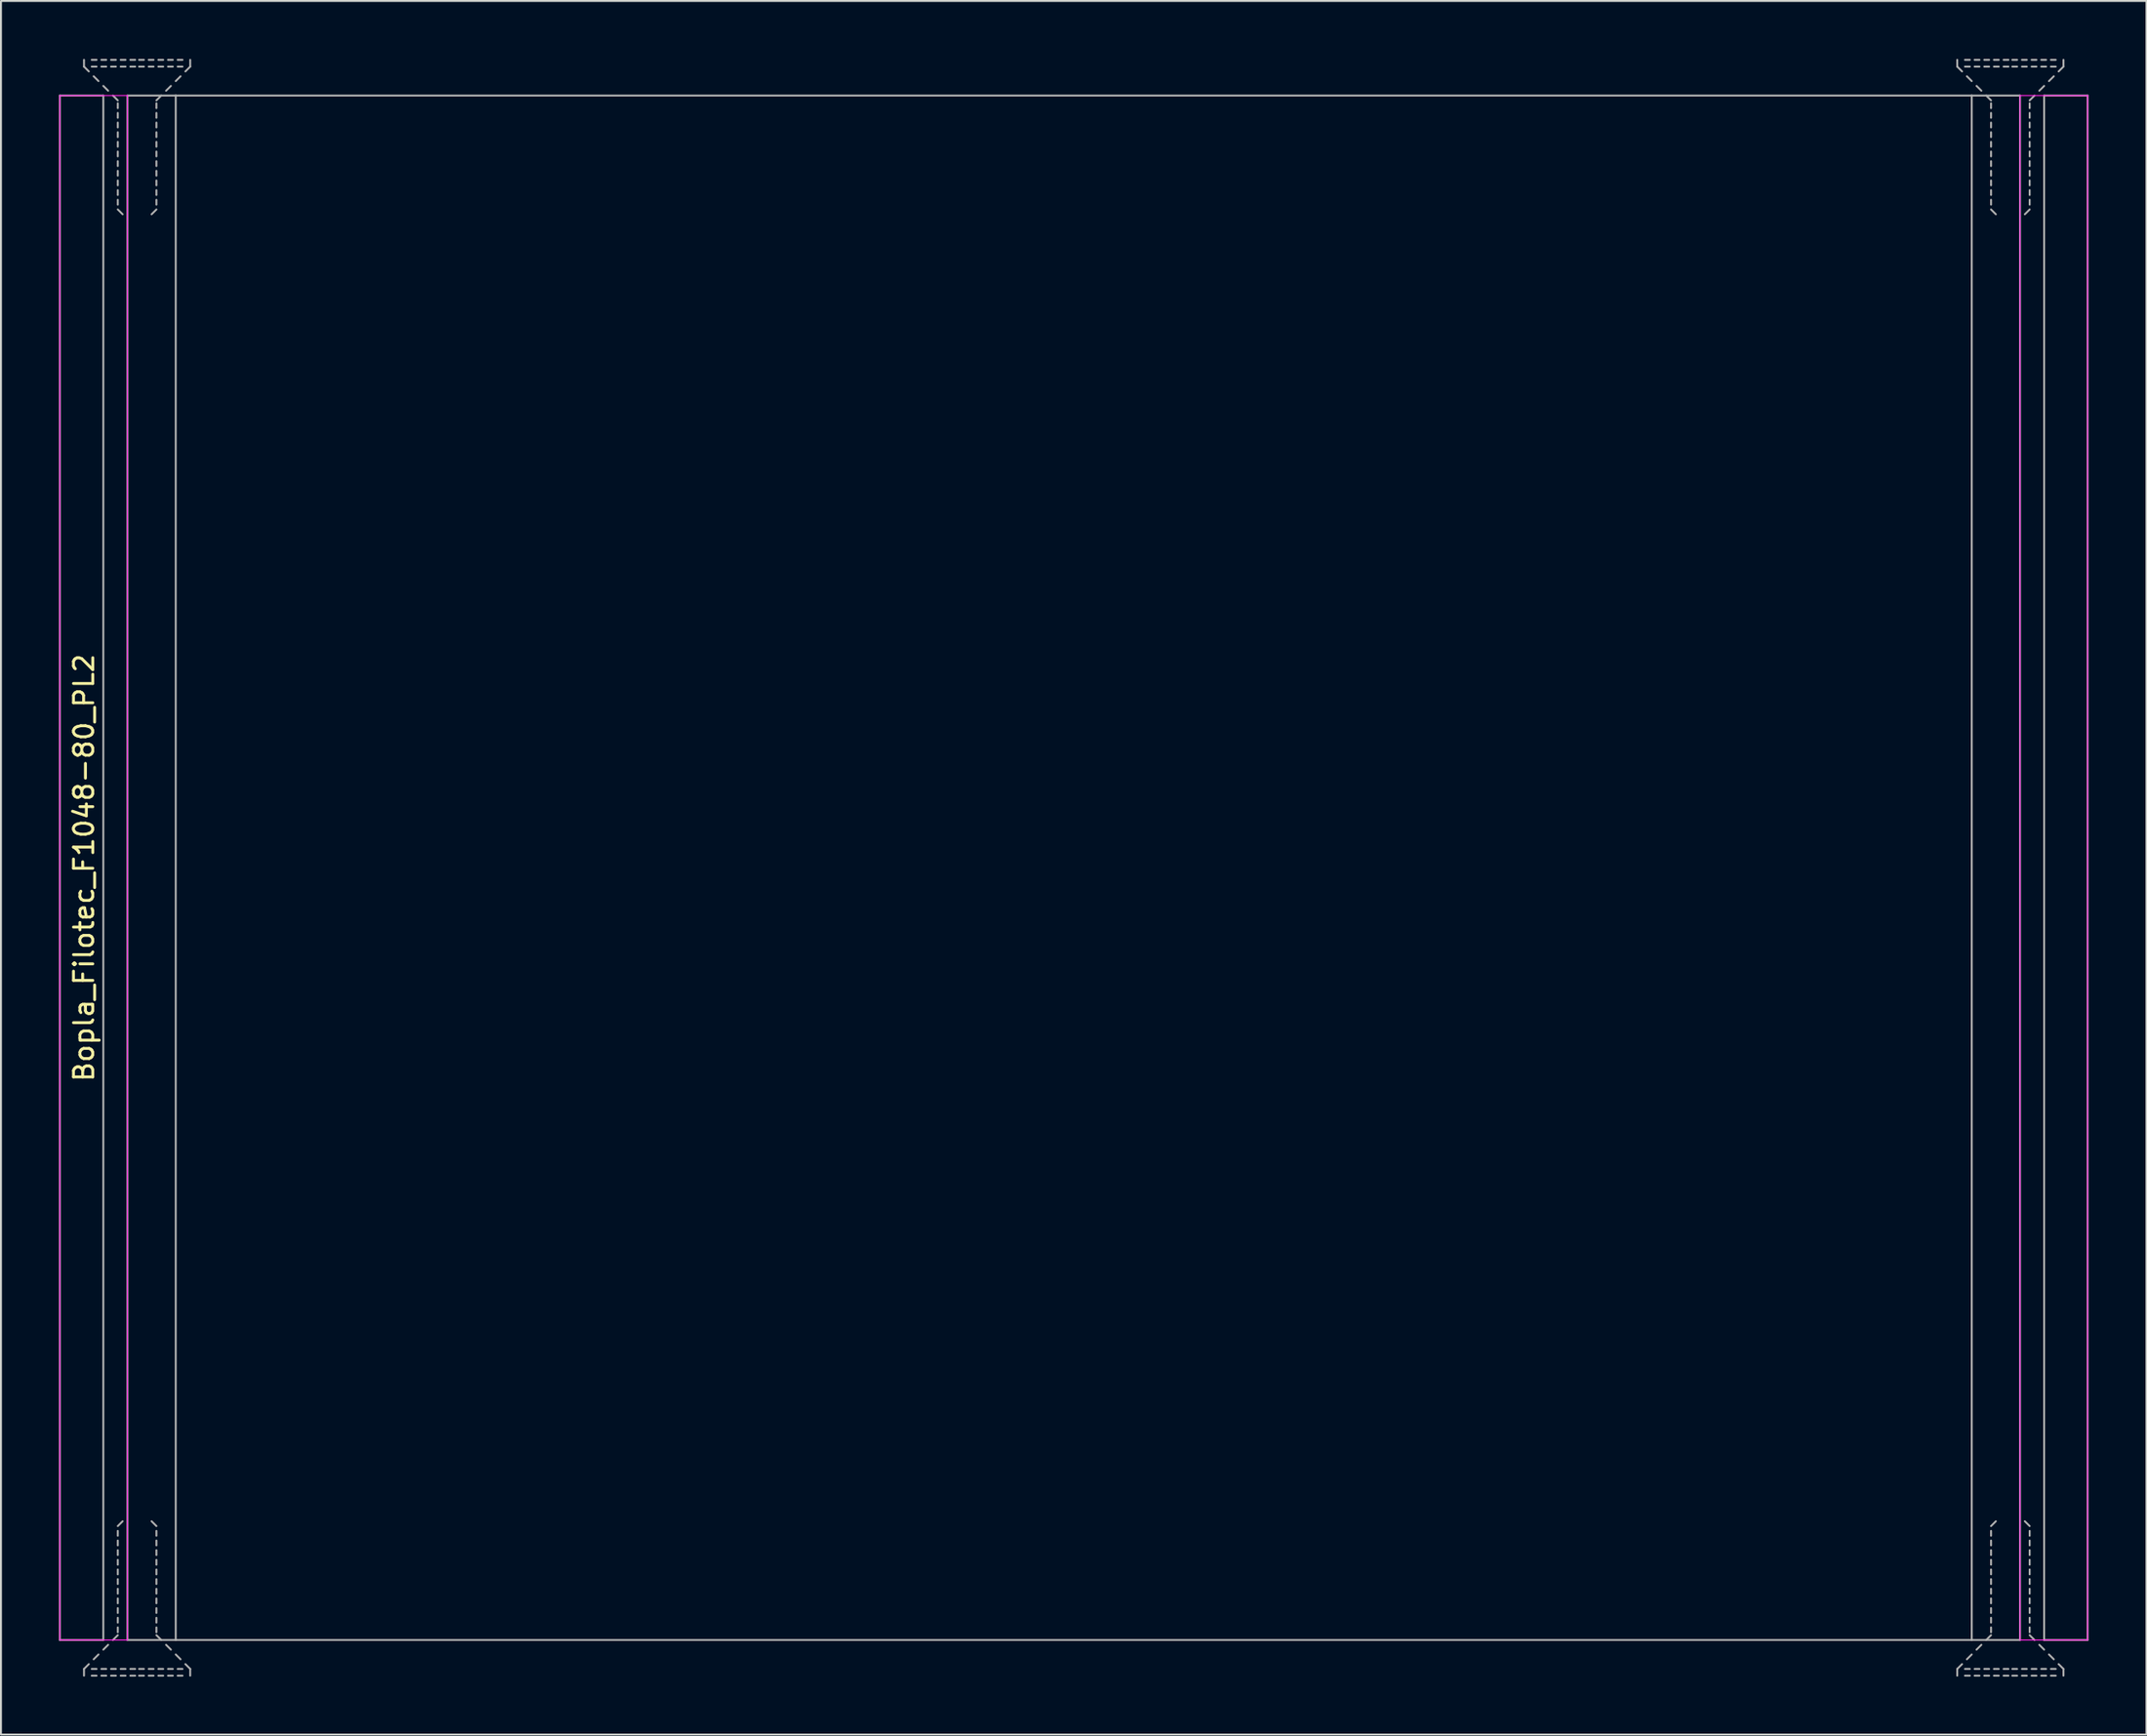
<source format=kicad_pcb>
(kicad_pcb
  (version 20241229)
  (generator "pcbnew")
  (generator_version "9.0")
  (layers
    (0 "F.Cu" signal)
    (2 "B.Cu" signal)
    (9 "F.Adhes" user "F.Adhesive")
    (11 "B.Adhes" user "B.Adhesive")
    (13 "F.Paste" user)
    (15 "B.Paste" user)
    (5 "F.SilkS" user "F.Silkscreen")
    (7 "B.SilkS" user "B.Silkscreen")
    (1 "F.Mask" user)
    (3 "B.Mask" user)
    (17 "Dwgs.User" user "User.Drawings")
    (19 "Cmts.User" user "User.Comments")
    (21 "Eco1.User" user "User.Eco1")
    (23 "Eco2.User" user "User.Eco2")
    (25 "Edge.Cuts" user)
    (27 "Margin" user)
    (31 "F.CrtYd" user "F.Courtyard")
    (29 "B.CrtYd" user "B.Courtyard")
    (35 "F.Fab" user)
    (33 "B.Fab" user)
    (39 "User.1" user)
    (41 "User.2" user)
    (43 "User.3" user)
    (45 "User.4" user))
  (footprint "Bopla_Filotec_F1048-80_PL2"
    (layer "F.Cu")
    (at 52.55 41.9)
    (property "Reference" "Bopla_Filotec_F1048-80_PL2" (at -51.25 0 90) (layer "F.SilkS") (effects (font (size 1 1) (thickness 0.15))))
    (attr exclude_from_pos_files exclude_from_bom)
    (fp_line (start -52.5 -40) (end -52.5 40) (stroke (width 0.05) (type solid)) (layer "F.CrtYd"))
    (fp_line (start -52.5 40) (end -49 40) (stroke (width 0.05) (type solid)) (layer "F.CrtYd"))
    (fp_line (start -49 -40) (end -52.5 -40) (stroke (width 0.05) (type solid)) (layer "F.CrtYd"))
    (fp_line (start -49 40) (end -49 -40) (stroke (width 0.05) (type solid)) (layer "F.CrtYd"))
    (fp_line (start 49 -40) (end 52.5 -40) (stroke (width 0.05) (type solid)) (layer "F.CrtYd"))
    (fp_line (start 49 40) (end 49 -40) (stroke (width 0.05) (type solid)) (layer "F.CrtYd"))
    (fp_line (start 52.5 -40) (end 52.5 40) (stroke (width 0.05) (type solid)) (layer "F.CrtYd"))
    (fp_line (start 52.5 40) (end 49 40) (stroke (width 0.05) (type solid)) (layer "F.CrtYd"))
    (fp_line (start -52.5 -40) (end -52.5 40) (stroke (width 0.1) (type solid)) (layer "F.Fab"))
    (fp_line (start -52.5 -40) (end -50.25 -40) (stroke (width 0.1) (type solid)) (layer "F.Fab"))
    (fp_line (start -52.5 40) (end -50.25 40) (stroke (width 0.1) (type solid)) (layer "F.Fab"))
    (fp_line (start -51.25 -41.5) (end -51.25 -41.85) (stroke (width 0.1) (type solid)) (layer "F.Fab"))
    (fp_line (start -51.25 -41.5) (end -51 -41.25) (stroke (width 0.1) (type solid)) (layer "F.Fab"))
    (fp_line (start -51.25 41.5) (end -51.25 41.85) (stroke (width 0.1) (type solid)) (layer "F.Fab"))
    (fp_line (start -51.25 41.5) (end -51 41.25) (stroke (width 0.1) (type solid)) (layer "F.Fab"))
    (fp_line (start -50.75 -41) (end -50.5 -40.75) (stroke (width 0.1) (type solid)) (layer "F.Fab"))
    (fp_line (start -50.75 41) (end -50.5 40.75) (stroke (width 0.1) (type solid)) (layer "F.Fab"))
    (fp_line (start -50.6 -41.85) (end -50.85 -41.85) (stroke (width 0.1) (type solid)) (layer "F.Fab"))
    (fp_line (start -50.6 -41.5) (end -50.85 -41.5) (stroke (width 0.1) (type solid)) (layer "F.Fab"))
    (fp_line (start -50.6 41.5) (end -50.85 41.5) (stroke (width 0.1) (type solid)) (layer "F.Fab"))
    (fp_line (start -50.6 41.85) (end -50.85 41.85) (stroke (width 0.1) (type solid)) (layer "F.Fab"))
    (fp_line (start -50.25 -40.5) (end -50 -40.25) (stroke (width 0.1) (type solid)) (layer "F.Fab"))
    (fp_line (start -50.25 -40) (end -50.25 40) (stroke (width 0.1) (type solid)) (layer "F.Fab"))
    (fp_line (start -50.25 40.5) (end -50 40.25) (stroke (width 0.1) (type solid)) (layer "F.Fab"))
    (fp_line (start -50.1 -41.85) (end -50.35 -41.85) (stroke (width 0.1) (type solid)) (layer "F.Fab"))
    (fp_line (start -50.1 -41.5) (end -50.35 -41.5) (stroke (width 0.1) (type solid)) (layer "F.Fab"))
    (fp_line (start -50.1 41.5) (end -50.35 41.5) (stroke (width 0.1) (type solid)) (layer "F.Fab"))
    (fp_line (start -50.1 41.85) (end -50.35 41.85) (stroke (width 0.1) (type solid)) (layer "F.Fab"))
    (fp_line (start -49.75 -40) (end -49.5 -39.75) (stroke (width 0.1) (type solid)) (layer "F.Fab"))
    (fp_line (start -49.75 40) (end -49.5 39.75) (stroke (width 0.1) (type solid)) (layer "F.Fab"))
    (fp_line (start -49.6 -41.85) (end -49.85 -41.85) (stroke (width 0.1) (type solid)) (layer "F.Fab"))
    (fp_line (start -49.6 -41.5) (end -49.85 -41.5) (stroke (width 0.1) (type solid)) (layer "F.Fab"))
    (fp_line (start -49.6 41.5) (end -49.85 41.5) (stroke (width 0.1) (type solid)) (layer "F.Fab"))
    (fp_line (start -49.6 41.85) (end -49.85 41.85) (stroke (width 0.1) (type solid)) (layer "F.Fab"))
    (fp_line (start -49.5 -39.6) (end -49.5 -39.35) (stroke (width 0.1) (type solid)) (layer "F.Fab"))
    (fp_line (start -49.5 -39.1) (end -49.5 -38.85) (stroke (width 0.1) (type solid)) (layer "F.Fab"))
    (fp_line (start -49.5 -38.6) (end -49.5 -38.35) (stroke (width 0.1) (type solid)) (layer "F.Fab"))
    (fp_line (start -49.5 -38.1) (end -49.5 -37.85) (stroke (width 0.1) (type solid)) (layer "F.Fab"))
    (fp_line (start -49.5 -37.6) (end -49.5 -37.35) (stroke (width 0.1) (type solid)) (layer "F.Fab"))
    (fp_line (start -49.5 -37.1) (end -49.5 -36.85) (stroke (width 0.1) (type solid)) (layer "F.Fab"))
    (fp_line (start -49.5 -36.6) (end -49.5 -36.35) (stroke (width 0.1) (type solid)) (layer "F.Fab"))
    (fp_line (start -49.5 -36.1) (end -49.5 -35.85) (stroke (width 0.1) (type solid)) (layer "F.Fab"))
    (fp_line (start -49.5 -35.6) (end -49.5 -35.35) (stroke (width 0.1) (type solid)) (layer "F.Fab"))
    (fp_line (start -49.5 -35.1) (end -49.5 -34.85) (stroke (width 0.1) (type solid)) (layer "F.Fab"))
    (fp_line (start -49.5 -34.6) (end -49.5 -34.35) (stroke (width 0.1) (type solid)) (layer "F.Fab"))
    (fp_line (start -49.5 -34.1) (end -49.25 -33.85) (stroke (width 0.1) (type solid)) (layer "F.Fab"))
    (fp_line (start -49.5 34.1) (end -49.25 33.85) (stroke (width 0.1) (type solid)) (layer "F.Fab"))
    (fp_line (start -49.5 34.6) (end -49.5 34.35) (stroke (width 0.1) (type solid)) (layer "F.Fab"))
    (fp_line (start -49.5 35.1) (end -49.5 34.85) (stroke (width 0.1) (type solid)) (layer "F.Fab"))
    (fp_line (start -49.5 35.6) (end -49.5 35.35) (stroke (width 0.1) (type solid)) (layer "F.Fab"))
    (fp_line (start -49.5 36.1) (end -49.5 35.85) (stroke (width 0.1) (type solid)) (layer "F.Fab"))
    (fp_line (start -49.5 36.6) (end -49.5 36.35) (stroke (width 0.1) (type solid)) (layer "F.Fab"))
    (fp_line (start -49.5 37.1) (end -49.5 36.85) (stroke (width 0.1) (type solid)) (layer "F.Fab"))
    (fp_line (start -49.5 37.6) (end -49.5 37.35) (stroke (width 0.1) (type solid)) (layer "F.Fab"))
    (fp_line (start -49.5 38.1) (end -49.5 37.85) (stroke (width 0.1) (type solid)) (layer "F.Fab"))
    (fp_line (start -49.5 38.6) (end -49.5 38.35) (stroke (width 0.1) (type solid)) (layer "F.Fab"))
    (fp_line (start -49.5 39.1) (end -49.5 38.85) (stroke (width 0.1) (type solid)) (layer "F.Fab"))
    (fp_line (start -49.5 39.6) (end -49.5 39.35) (stroke (width 0.1) (type solid)) (layer "F.Fab"))
    (fp_line (start -49.1 -41.85) (end -49.35 -41.85) (stroke (width 0.1) (type solid)) (layer "F.Fab"))
    (fp_line (start -49.1 -41.5) (end -49.35 -41.5) (stroke (width 0.1) (type solid)) (layer "F.Fab"))
    (fp_line (start -49.1 41.5) (end -49.35 41.5) (stroke (width 0.1) (type solid)) (layer "F.Fab"))
    (fp_line (start -49.1 41.85) (end -49.35 41.85) (stroke (width 0.1) (type solid)) (layer "F.Fab"))
    (fp_line (start -49 -40) (end -46.5 -40) (stroke (width 0.1) (type solid)) (layer "F.Fab"))
    (fp_line (start -49 40) (end -49 -40) (stroke (width 0.1) (type solid)) (layer "F.Fab"))
    (fp_line (start -49 40) (end -46.5 40) (stroke (width 0.1) (type solid)) (layer "F.Fab"))
    (fp_line (start -48.6 -41.85) (end -48.85 -41.85) (stroke (width 0.1) (type solid)) (layer "F.Fab"))
    (fp_line (start -48.6 -41.5) (end -48.85 -41.5) (stroke (width 0.1) (type solid)) (layer "F.Fab"))
    (fp_line (start -48.6 41.5) (end -48.85 41.5) (stroke (width 0.1) (type solid)) (layer "F.Fab"))
    (fp_line (start -48.6 41.85) (end -48.85 41.85) (stroke (width 0.1) (type solid)) (layer "F.Fab"))
    (fp_line (start -48.15 -41.85) (end -48.4 -41.85) (stroke (width 0.1) (type solid)) (layer "F.Fab"))
    (fp_line (start -48.15 -41.5) (end -48.4 -41.5) (stroke (width 0.1) (type solid)) (layer "F.Fab"))
    (fp_line (start -48.15 41.5) (end -48.4 41.5) (stroke (width 0.1) (type solid)) (layer "F.Fab"))
    (fp_line (start -48.15 41.85) (end -48.4 41.85) (stroke (width 0.1) (type solid)) (layer "F.Fab"))
    (fp_line (start -47.65 -41.85) (end -47.9 -41.85) (stroke (width 0.1) (type solid)) (layer "F.Fab"))
    (fp_line (start -47.65 -41.5) (end -47.9 -41.5) (stroke (width 0.1) (type solid)) (layer "F.Fab"))
    (fp_line (start -47.65 41.5) (end -47.9 41.5) (stroke (width 0.1) (type solid)) (layer "F.Fab"))
    (fp_line (start -47.65 41.85) (end -47.9 41.85) (stroke (width 0.1) (type solid)) (layer "F.Fab"))
    (fp_line (start -47.5 -39.6) (end -47.5 -39.35) (stroke (width 0.1) (type solid)) (layer "F.Fab"))
    (fp_line (start -47.5 -39.1) (end -47.5 -38.85) (stroke (width 0.1) (type solid)) (layer "F.Fab"))
    (fp_line (start -47.5 -38.6) (end -47.5 -38.35) (stroke (width 0.1) (type solid)) (layer "F.Fab"))
    (fp_line (start -47.5 -38.1) (end -47.5 -37.85) (stroke (width 0.1) (type solid)) (layer "F.Fab"))
    (fp_line (start -47.5 -37.6) (end -47.5 -37.35) (stroke (width 0.1) (type solid)) (layer "F.Fab"))
    (fp_line (start -47.5 -37.1) (end -47.5 -36.85) (stroke (width 0.1) (type solid)) (layer "F.Fab"))
    (fp_line (start -47.5 -36.6) (end -47.5 -36.35) (stroke (width 0.1) (type solid)) (layer "F.Fab"))
    (fp_line (start -47.5 -36.1) (end -47.5 -35.85) (stroke (width 0.1) (type solid)) (layer "F.Fab"))
    (fp_line (start -47.5 -35.6) (end -47.5 -35.35) (stroke (width 0.1) (type solid)) (layer "F.Fab"))
    (fp_line (start -47.5 -35.1) (end -47.5 -34.85) (stroke (width 0.1) (type solid)) (layer "F.Fab"))
    (fp_line (start -47.5 -34.6) (end -47.5 -34.35) (stroke (width 0.1) (type solid)) (layer "F.Fab"))
    (fp_line (start -47.5 -34.1) (end -47.75 -33.85) (stroke (width 0.1) (type solid)) (layer "F.Fab"))
    (fp_line (start -47.5 34.1) (end -47.75 33.85) (stroke (width 0.1) (type solid)) (layer "F.Fab"))
    (fp_line (start -47.5 34.6) (end -47.5 34.35) (stroke (width 0.1) (type solid)) (layer "F.Fab"))
    (fp_line (start -47.5 35.1) (end -47.5 34.85) (stroke (width 0.1) (type solid)) (layer "F.Fab"))
    (fp_line (start -47.5 35.6) (end -47.5 35.35) (stroke (width 0.1) (type solid)) (layer "F.Fab"))
    (fp_line (start -47.5 36.1) (end -47.5 35.85) (stroke (width 0.1) (type solid)) (layer "F.Fab"))
    (fp_line (start -47.5 36.6) (end -47.5 36.35) (stroke (width 0.1) (type solid)) (layer "F.Fab"))
    (fp_line (start -47.5 37.1) (end -47.5 36.85) (stroke (width 0.1) (type solid)) (layer "F.Fab"))
    (fp_line (start -47.5 37.6) (end -47.5 37.35) (stroke (width 0.1) (type solid)) (layer "F.Fab"))
    (fp_line (start -47.5 38.1) (end -47.5 37.85) (stroke (width 0.1) (type solid)) (layer "F.Fab"))
    (fp_line (start -47.5 38.6) (end -47.5 38.35) (stroke (width 0.1) (type solid)) (layer "F.Fab"))
    (fp_line (start -47.5 39.1) (end -47.5 38.85) (stroke (width 0.1) (type solid)) (layer "F.Fab"))
    (fp_line (start -47.5 39.6) (end -47.5 39.35) (stroke (width 0.1) (type solid)) (layer "F.Fab"))
    (fp_line (start -47.25 -40) (end -47.5 -39.75) (stroke (width 0.1) (type solid)) (layer "F.Fab"))
    (fp_line (start -47.25 40) (end -47.5 39.75) (stroke (width 0.1) (type solid)) (layer "F.Fab"))
    (fp_line (start -47.15 -41.85) (end -47.4 -41.85) (stroke (width 0.1) (type solid)) (layer "F.Fab"))
    (fp_line (start -47.15 -41.5) (end -47.4 -41.5) (stroke (width 0.1) (type solid)) (layer "F.Fab"))
    (fp_line (start -47.15 41.5) (end -47.4 41.5) (stroke (width 0.1) (type solid)) (layer "F.Fab"))
    (fp_line (start -47.15 41.85) (end -47.4 41.85) (stroke (width 0.1) (type solid)) (layer "F.Fab"))
    (fp_line (start -46.75 -40.5) (end -47 -40.25) (stroke (width 0.1) (type solid)) (layer "F.Fab"))
    (fp_line (start -46.75 40.5) (end -47 40.25) (stroke (width 0.1) (type solid)) (layer "F.Fab"))
    (fp_line (start -46.65 -41.85) (end -46.9 -41.85) (stroke (width 0.1) (type solid)) (layer "F.Fab"))
    (fp_line (start -46.65 -41.5) (end -46.9 -41.5) (stroke (width 0.1) (type solid)) (layer "F.Fab"))
    (fp_line (start -46.65 41.5) (end -46.9 41.5) (stroke (width 0.1) (type solid)) (layer "F.Fab"))
    (fp_line (start -46.65 41.85) (end -46.9 41.85) (stroke (width 0.1) (type solid)) (layer "F.Fab"))
    (fp_line (start -46.5 40) (end -46.5 -40) (stroke (width 0.1) (type solid)) (layer "F.Fab"))
    (fp_line (start -46.5 40) (end 46.5 40) (stroke (width 0.1) (type solid)) (layer "F.Fab"))
    (fp_line (start -46.25 -41) (end -46.5 -40.75) (stroke (width 0.1) (type solid)) (layer "F.Fab"))
    (fp_line (start -46.25 41) (end -46.5 40.75) (stroke (width 0.1) (type solid)) (layer "F.Fab"))
    (fp_line (start -46.15 -41.85) (end -46.4 -41.85) (stroke (width 0.1) (type solid)) (layer "F.Fab"))
    (fp_line (start -46.15 -41.5) (end -46.4 -41.5) (stroke (width 0.1) (type solid)) (layer "F.Fab"))
    (fp_line (start -46.15 41.5) (end -46.4 41.5) (stroke (width 0.1) (type solid)) (layer "F.Fab"))
    (fp_line (start -46.15 41.85) (end -46.4 41.85) (stroke (width 0.1) (type solid)) (layer "F.Fab"))
    (fp_line (start -45.75 -41.5) (end -46 -41.25) (stroke (width 0.1) (type solid)) (layer "F.Fab"))
    (fp_line (start -45.75 -41.5) (end -45.75 -41.85) (stroke (width 0.1) (type solid)) (layer "F.Fab"))
    (fp_line (start -45.75 41.5) (end -46 41.25) (stroke (width 0.1) (type solid)) (layer "F.Fab"))
    (fp_line (start -45.75 41.5) (end -45.75 41.85) (stroke (width 0.1) (type solid)) (layer "F.Fab"))
    (fp_line (start 45.75 -41.5) (end 45.75 -41.85) (stroke (width 0.1) (type solid)) (layer "F.Fab"))
    (fp_line (start 45.75 -41.5) (end 46 -41.25) (stroke (width 0.1) (type solid)) (layer "F.Fab"))
    (fp_line (start 45.75 41.5) (end 45.75 41.85) (stroke (width 0.1) (type solid)) (layer "F.Fab"))
    (fp_line (start 45.75 41.5) (end 46 41.25) (stroke (width 0.1) (type solid)) (layer "F.Fab"))
    (fp_line (start 46.25 -41) (end 46.5 -40.75) (stroke (width 0.1) (type solid)) (layer "F.Fab"))
    (fp_line (start 46.25 41) (end 46.5 40.75) (stroke (width 0.1) (type solid)) (layer "F.Fab"))
    (fp_line (start 46.4 -41.85) (end 46.15 -41.85) (stroke (width 0.1) (type solid)) (layer "F.Fab"))
    (fp_line (start 46.4 -41.5) (end 46.15 -41.5) (stroke (width 0.1) (type solid)) (layer "F.Fab"))
    (fp_line (start 46.4 41.5) (end 46.15 41.5) (stroke (width 0.1) (type solid)) (layer "F.Fab"))
    (fp_line (start 46.4 41.85) (end 46.15 41.85) (stroke (width 0.1) (type solid)) (layer "F.Fab"))
    (fp_line (start 46.5 -40) (end -46.5 -40) (stroke (width 0.1) (type solid)) (layer "F.Fab"))
    (fp_line (start 46.5 -40) (end 46.5 40) (stroke (width 0.1) (type solid)) (layer "F.Fab"))
    (fp_line (start 46.75 -40.5) (end 47 -40.25) (stroke (width 0.1) (type solid)) (layer "F.Fab"))
    (fp_line (start 46.75 40.5) (end 47 40.25) (stroke (width 0.1) (type solid)) (layer "F.Fab"))
    (fp_line (start 46.9 -41.85) (end 46.65 -41.85) (stroke (width 0.1) (type solid)) (layer "F.Fab"))
    (fp_line (start 46.9 -41.5) (end 46.65 -41.5) (stroke (width 0.1) (type solid)) (layer "F.Fab"))
    (fp_line (start 46.9 41.5) (end 46.65 41.5) (stroke (width 0.1) (type solid)) (layer "F.Fab"))
    (fp_line (start 46.9 41.85) (end 46.65 41.85) (stroke (width 0.1) (type solid)) (layer "F.Fab"))
    (fp_line (start 47.25 -40) (end 47.5 -39.75) (stroke (width 0.1) (type solid)) (layer "F.Fab"))
    (fp_line (start 47.25 40) (end 47.5 39.75) (stroke (width 0.1) (type solid)) (layer "F.Fab"))
    (fp_line (start 47.4 -41.85) (end 47.15 -41.85) (stroke (width 0.1) (type solid)) (layer "F.Fab"))
    (fp_line (start 47.4 -41.5) (end 47.15 -41.5) (stroke (width 0.1) (type solid)) (layer "F.Fab"))
    (fp_line (start 47.4 41.5) (end 47.15 41.5) (stroke (width 0.1) (type solid)) (layer "F.Fab"))
    (fp_line (start 47.4 41.85) (end 47.15 41.85) (stroke (width 0.1) (type solid)) (layer "F.Fab"))
    (fp_line (start 47.5 -39.6) (end 47.5 -39.35) (stroke (width 0.1) (type solid)) (layer "F.Fab"))
    (fp_line (start 47.5 -39.1) (end 47.5 -38.85) (stroke (width 0.1) (type solid)) (layer "F.Fab"))
    (fp_line (start 47.5 -38.6) (end 47.5 -38.35) (stroke (width 0.1) (type solid)) (layer "F.Fab"))
    (fp_line (start 47.5 -38.1) (end 47.5 -37.85) (stroke (width 0.1) (type solid)) (layer "F.Fab"))
    (fp_line (start 47.5 -37.6) (end 47.5 -37.35) (stroke (width 0.1) (type solid)) (layer "F.Fab"))
    (fp_line (start 47.5 -37.1) (end 47.5 -36.85) (stroke (width 0.1) (type solid)) (layer "F.Fab"))
    (fp_line (start 47.5 -36.6) (end 47.5 -36.35) (stroke (width 0.1) (type solid)) (layer "F.Fab"))
    (fp_line (start 47.5 -36.1) (end 47.5 -35.85) (stroke (width 0.1) (type solid)) (layer "F.Fab"))
    (fp_line (start 47.5 -35.6) (end 47.5 -35.35) (stroke (width 0.1) (type solid)) (layer "F.Fab"))
    (fp_line (start 47.5 -35.1) (end 47.5 -34.85) (stroke (width 0.1) (type solid)) (layer "F.Fab"))
    (fp_line (start 47.5 -34.6) (end 47.5 -34.35) (stroke (width 0.1) (type solid)) (layer "F.Fab"))
    (fp_line (start 47.5 -34.1) (end 47.75 -33.85) (stroke (width 0.1) (type solid)) (layer "F.Fab"))
    (fp_line (start 47.5 34.1) (end 47.75 33.85) (stroke (width 0.1) (type solid)) (layer "F.Fab"))
    (fp_line (start 47.5 34.6) (end 47.5 34.35) (stroke (width 0.1) (type solid)) (layer "F.Fab"))
    (fp_line (start 47.5 35.1) (end 47.5 34.85) (stroke (width 0.1) (type solid)) (layer "F.Fab"))
    (fp_line (start 47.5 35.6) (end 47.5 35.35) (stroke (width 0.1) (type solid)) (layer "F.Fab"))
    (fp_line (start 47.5 36.1) (end 47.5 35.85) (stroke (width 0.1) (type solid)) (layer "F.Fab"))
    (fp_line (start 47.5 36.6) (end 47.5 36.35) (stroke (width 0.1) (type solid)) (layer "F.Fab"))
    (fp_line (start 47.5 37.1) (end 47.5 36.85) (stroke (width 0.1) (type solid)) (layer "F.Fab"))
    (fp_line (start 47.5 37.6) (end 47.5 37.35) (stroke (width 0.1) (type solid)) (layer "F.Fab"))
    (fp_line (start 47.5 38.1) (end 47.5 37.85) (stroke (width 0.1) (type solid)) (layer "F.Fab"))
    (fp_line (start 47.5 38.6) (end 47.5 38.35) (stroke (width 0.1) (type solid)) (layer "F.Fab"))
    (fp_line (start 47.5 39.1) (end 47.5 38.85) (stroke (width 0.1) (type solid)) (layer "F.Fab"))
    (fp_line (start 47.5 39.6) (end 47.5 39.35) (stroke (width 0.1) (type solid)) (layer "F.Fab"))
    (fp_line (start 47.9 -41.85) (end 47.65 -41.85) (stroke (width 0.1) (type solid)) (layer "F.Fab"))
    (fp_line (start 47.9 -41.5) (end 47.65 -41.5) (stroke (width 0.1) (type solid)) (layer "F.Fab"))
    (fp_line (start 47.9 41.5) (end 47.65 41.5) (stroke (width 0.1) (type solid)) (layer "F.Fab"))
    (fp_line (start 47.9 41.85) (end 47.65 41.85) (stroke (width 0.1) (type solid)) (layer "F.Fab"))
    (fp_line (start 48.4 -41.85) (end 48.15 -41.85) (stroke (width 0.1) (type solid)) (layer "F.Fab"))
    (fp_line (start 48.4 -41.5) (end 48.15 -41.5) (stroke (width 0.1) (type solid)) (layer "F.Fab"))
    (fp_line (start 48.4 41.5) (end 48.15 41.5) (stroke (width 0.1) (type solid)) (layer "F.Fab"))
    (fp_line (start 48.4 41.85) (end 48.15 41.85) (stroke (width 0.1) (type solid)) (layer "F.Fab"))
    (fp_line (start 48.85 -41.85) (end 48.6 -41.85) (stroke (width 0.1) (type solid)) (layer "F.Fab"))
    (fp_line (start 48.85 -41.5) (end 48.6 -41.5) (stroke (width 0.1) (type solid)) (layer "F.Fab"))
    (fp_line (start 48.85 41.5) (end 48.6 41.5) (stroke (width 0.1) (type solid)) (layer "F.Fab"))
    (fp_line (start 48.85 41.85) (end 48.6 41.85) (stroke (width 0.1) (type solid)) (layer "F.Fab"))
    (fp_line (start 49 -40) (end 46.5 -40) (stroke (width 0.1) (type solid)) (layer "F.Fab"))
    (fp_line (start 49 -40) (end 49 40) (stroke (width 0.1) (type solid)) (layer "F.Fab"))
    (fp_line (start 49 40) (end 46.5 40) (stroke (width 0.1) (type solid)) (layer "F.Fab"))
    (fp_line (start 49.35 -41.85) (end 49.1 -41.85) (stroke (width 0.1) (type solid)) (layer "F.Fab"))
    (fp_line (start 49.35 -41.5) (end 49.1 -41.5) (stroke (width 0.1) (type solid)) (layer "F.Fab"))
    (fp_line (start 49.35 41.5) (end 49.1 41.5) (stroke (width 0.1) (type solid)) (layer "F.Fab"))
    (fp_line (start 49.35 41.85) (end 49.1 41.85) (stroke (width 0.1) (type solid)) (layer "F.Fab"))
    (fp_line (start 49.5 -39.6) (end 49.5 -39.35) (stroke (width 0.1) (type solid)) (layer "F.Fab"))
    (fp_line (start 49.5 -39.1) (end 49.5 -38.85) (stroke (width 0.1) (type solid)) (layer "F.Fab"))
    (fp_line (start 49.5 -38.6) (end 49.5 -38.35) (stroke (width 0.1) (type solid)) (layer "F.Fab"))
    (fp_line (start 49.5 -38.1) (end 49.5 -37.85) (stroke (width 0.1) (type solid)) (layer "F.Fab"))
    (fp_line (start 49.5 -37.6) (end 49.5 -37.35) (stroke (width 0.1) (type solid)) (layer "F.Fab"))
    (fp_line (start 49.5 -37.1) (end 49.5 -36.85) (stroke (width 0.1) (type solid)) (layer "F.Fab"))
    (fp_line (start 49.5 -36.6) (end 49.5 -36.35) (stroke (width 0.1) (type solid)) (layer "F.Fab"))
    (fp_line (start 49.5 -36.1) (end 49.5 -35.85) (stroke (width 0.1) (type solid)) (layer "F.Fab"))
    (fp_line (start 49.5 -35.6) (end 49.5 -35.35) (stroke (width 0.1) (type solid)) (layer "F.Fab"))
    (fp_line (start 49.5 -35.1) (end 49.5 -34.85) (stroke (width 0.1) (type solid)) (layer "F.Fab"))
    (fp_line (start 49.5 -34.6) (end 49.5 -34.35) (stroke (width 0.1) (type solid)) (layer "F.Fab"))
    (fp_line (start 49.5 -34.1) (end 49.25 -33.85) (stroke (width 0.1) (type solid)) (layer "F.Fab"))
    (fp_line (start 49.5 34.1) (end 49.25 33.85) (stroke (width 0.1) (type solid)) (layer "F.Fab"))
    (fp_line (start 49.5 34.6) (end 49.5 34.35) (stroke (width 0.1) (type solid)) (layer "F.Fab"))
    (fp_line (start 49.5 35.1) (end 49.5 34.85) (stroke (width 0.1) (type solid)) (layer "F.Fab"))
    (fp_line (start 49.5 35.6) (end 49.5 35.35) (stroke (width 0.1) (type solid)) (layer "F.Fab"))
    (fp_line (start 49.5 36.1) (end 49.5 35.85) (stroke (width 0.1) (type solid)) (layer "F.Fab"))
    (fp_line (start 49.5 36.6) (end 49.5 36.35) (stroke (width 0.1) (type solid)) (layer "F.Fab"))
    (fp_line (start 49.5 37.1) (end 49.5 36.85) (stroke (width 0.1) (type solid)) (layer "F.Fab"))
    (fp_line (start 49.5 37.6) (end 49.5 37.35) (stroke (width 0.1) (type solid)) (layer "F.Fab"))
    (fp_line (start 49.5 38.1) (end 49.5 37.85) (stroke (width 0.1) (type solid)) (layer "F.Fab"))
    (fp_line (start 49.5 38.6) (end 49.5 38.35) (stroke (width 0.1) (type solid)) (layer "F.Fab"))
    (fp_line (start 49.5 39.1) (end 49.5 38.85) (stroke (width 0.1) (type solid)) (layer "F.Fab"))
    (fp_line (start 49.5 39.6) (end 49.5 39.35) (stroke (width 0.1) (type solid)) (layer "F.Fab"))
    (fp_line (start 49.75 -40) (end 49.5 -39.75) (stroke (width 0.1) (type solid)) (layer "F.Fab"))
    (fp_line (start 49.75 40) (end 49.5 39.75) (stroke (width 0.1) (type solid)) (layer "F.Fab"))
    (fp_line (start 49.85 -41.85) (end 49.6 -41.85) (stroke (width 0.1) (type solid)) (layer "F.Fab"))
    (fp_line (start 49.85 -41.5) (end 49.6 -41.5) (stroke (width 0.1) (type solid)) (layer "F.Fab"))
    (fp_line (start 49.85 41.5) (end 49.6 41.5) (stroke (width 0.1) (type solid)) (layer "F.Fab"))
    (fp_line (start 49.85 41.85) (end 49.6 41.85) (stroke (width 0.1) (type solid)) (layer "F.Fab"))
    (fp_line (start 50.25 -40.5) (end 50 -40.25) (stroke (width 0.1) (type solid)) (layer "F.Fab"))
    (fp_line (start 50.25 -40) (end 52.5 -40) (stroke (width 0.1) (type solid)) (layer "F.Fab"))
    (fp_line (start 50.25 40) (end 50.25 -40) (stroke (width 0.1) (type solid)) (layer "F.Fab"))
    (fp_line (start 50.25 40) (end 52.5 40) (stroke (width 0.1) (type solid)) (layer "F.Fab"))
    (fp_line (start 50.25 40.5) (end 50 40.25) (stroke (width 0.1) (type solid)) (layer "F.Fab"))
    (fp_line (start 50.35 -41.85) (end 50.1 -41.85) (stroke (width 0.1) (type solid)) (layer "F.Fab"))
    (fp_line (start 50.35 -41.5) (end 50.1 -41.5) (stroke (width 0.1) (type solid)) (layer "F.Fab"))
    (fp_line (start 50.35 41.5) (end 50.1 41.5) (stroke (width 0.1) (type solid)) (layer "F.Fab"))
    (fp_line (start 50.35 41.85) (end 50.1 41.85) (stroke (width 0.1) (type solid)) (layer "F.Fab"))
    (fp_line (start 50.75 -41) (end 50.5 -40.75) (stroke (width 0.1) (type solid)) (layer "F.Fab"))
    (fp_line (start 50.75 41) (end 50.5 40.75) (stroke (width 0.1) (type solid)) (layer "F.Fab"))
    (fp_line (start 50.85 -41.85) (end 50.6 -41.85) (stroke (width 0.1) (type solid)) (layer "F.Fab"))
    (fp_line (start 50.85 -41.5) (end 50.6 -41.5) (stroke (width 0.1) (type solid)) (layer "F.Fab"))
    (fp_line (start 50.85 41.5) (end 50.6 41.5) (stroke (width 0.1) (type solid)) (layer "F.Fab"))
    (fp_line (start 50.85 41.85) (end 50.6 41.85) (stroke (width 0.1) (type solid)) (layer "F.Fab"))
    (fp_line (start 51.25 -41.5) (end 51 -41.25) (stroke (width 0.1) (type solid)) (layer "F.Fab"))
    (fp_line (start 51.25 -41.5) (end 51.25 -41.85) (stroke (width 0.1) (type solid)) (layer "F.Fab"))
    (fp_line (start 51.25 41.5) (end 51 41.25) (stroke (width 0.1) (type solid)) (layer "F.Fab"))
    (fp_line (start 51.25 41.5) (end 51.25 41.85) (stroke (width 0.1) (type solid)) (layer "F.Fab"))
    (fp_line (start 52.5 -40) (end 52.5 40) (stroke (width 0.1) (type solid)) (layer "F.Fab")))
  (gr_rect
    (start -3 -3)
    (end 108.1 86.8)
    (stroke (width 0.1) (type default))
    (fill no)
    (layer "Edge.Cuts")))
</source>
